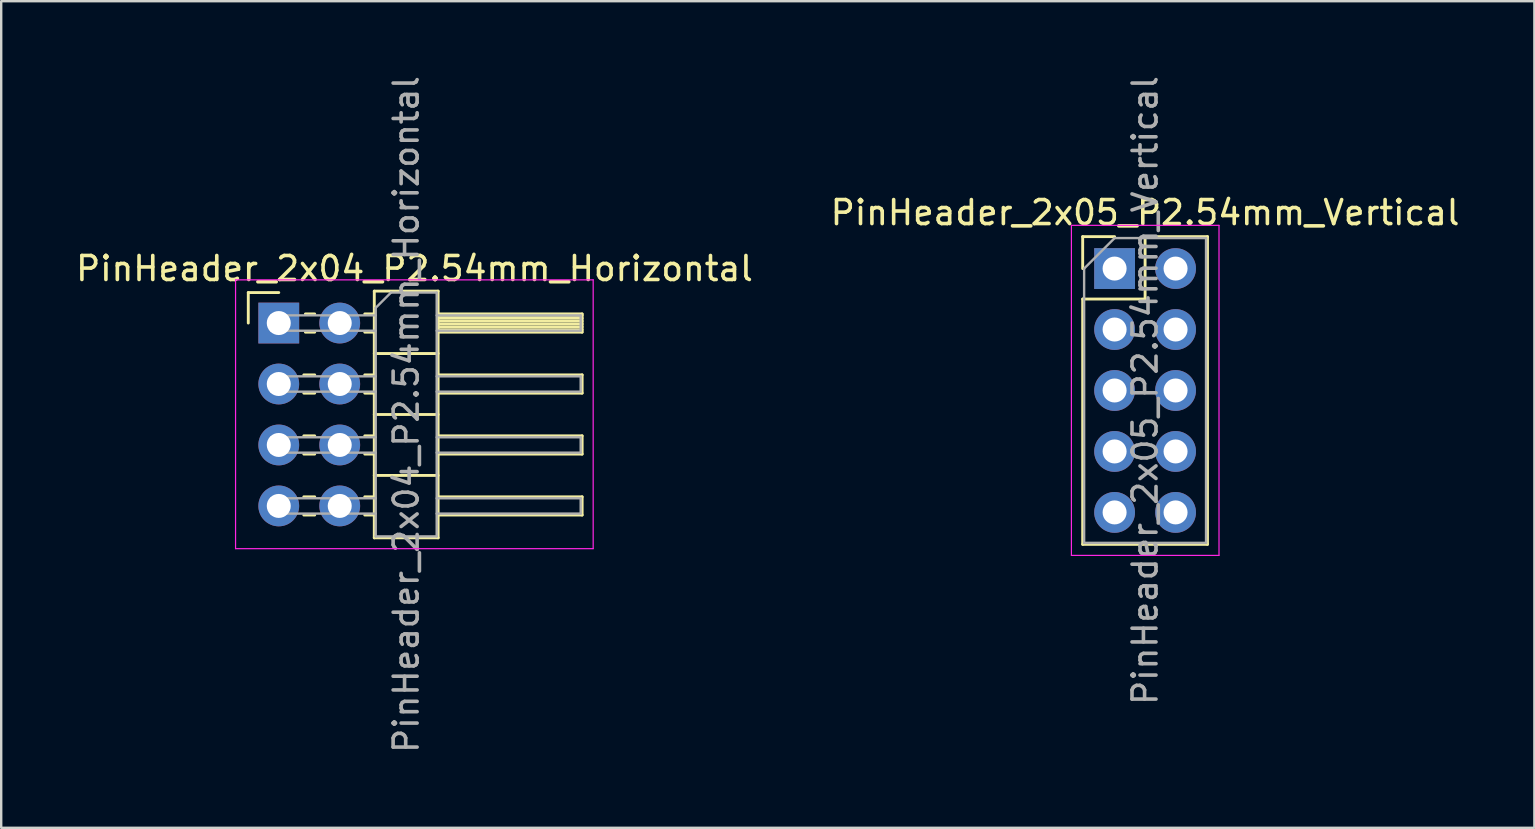
<source format=kicad_pcb>
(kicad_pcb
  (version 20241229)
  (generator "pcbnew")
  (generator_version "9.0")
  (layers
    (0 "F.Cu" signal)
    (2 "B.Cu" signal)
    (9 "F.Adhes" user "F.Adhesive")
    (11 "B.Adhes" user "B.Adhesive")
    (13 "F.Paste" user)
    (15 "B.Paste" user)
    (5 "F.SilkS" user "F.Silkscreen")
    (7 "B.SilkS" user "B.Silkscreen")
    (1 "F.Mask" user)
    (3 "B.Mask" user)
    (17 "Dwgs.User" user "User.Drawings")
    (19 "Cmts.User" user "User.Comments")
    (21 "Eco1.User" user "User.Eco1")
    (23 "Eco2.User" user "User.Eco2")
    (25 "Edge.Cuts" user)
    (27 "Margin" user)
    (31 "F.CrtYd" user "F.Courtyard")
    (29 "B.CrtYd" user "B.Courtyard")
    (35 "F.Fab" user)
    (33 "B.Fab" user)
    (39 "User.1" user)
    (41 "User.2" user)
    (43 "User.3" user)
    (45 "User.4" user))
  (footprint "PinHeader_2x05_P2.54mm_Vertical"
    (layer "F.Cu")
    (at 43.391 8.14)
    (property "Reference" "PinHeader_2x05_P2.54mm_Vertical" (at 1.27 -2.33 0) (layer "F.SilkS") (effects (font (size 1 1) (thickness 0.15))))
    (attr through_hole)
    (fp_line (start -1.33 -1.33) (end 0 -1.33) (stroke (width 0.12) (type solid)) (layer "F.SilkS"))
    (fp_line (start -1.33 0) (end -1.33 -1.33) (stroke (width 0.12) (type solid)) (layer "F.SilkS"))
    (fp_line (start -1.33 1.27) (end -1.33 11.49) (stroke (width 0.12) (type solid)) (layer "F.SilkS"))
    (fp_line (start -1.33 1.27) (end 1.27 1.27) (stroke (width 0.12) (type solid)) (layer "F.SilkS"))
    (fp_line (start -1.33 11.49) (end 3.87 11.49) (stroke (width 0.12) (type solid)) (layer "F.SilkS"))
    (fp_line (start 1.27 -1.33) (end 3.87 -1.33) (stroke (width 0.12) (type solid)) (layer "F.SilkS"))
    (fp_line (start 1.27 1.27) (end 1.27 -1.33) (stroke (width 0.12) (type solid)) (layer "F.SilkS"))
    (fp_line (start 3.87 -1.33) (end 3.87 11.49) (stroke (width 0.12) (type solid)) (layer "F.SilkS"))
    (fp_line (start -1.8 -1.8) (end -1.8 11.95) (stroke (width 0.05) (type solid)) (layer "F.CrtYd"))
    (fp_line (start -1.8 11.95) (end 4.35 11.95) (stroke (width 0.05) (type solid)) (layer "F.CrtYd"))
    (fp_line (start 4.35 -1.8) (end -1.8 -1.8) (stroke (width 0.05) (type solid)) (layer "F.CrtYd"))
    (fp_line (start 4.35 11.95) (end 4.35 -1.8) (stroke (width 0.05) (type solid)) (layer "F.CrtYd"))
    (fp_line (start -1.27 0) (end 0 -1.27) (stroke (width 0.1) (type solid)) (layer "F.Fab"))
    (fp_line (start -1.27 11.43) (end -1.27 0) (stroke (width 0.1) (type solid)) (layer "F.Fab"))
    (fp_line (start 0 -1.27) (end 3.81 -1.27) (stroke (width 0.1) (type solid)) (layer "F.Fab"))
    (fp_line (start 3.81 -1.27) (end 3.81 11.43) (stroke (width 0.1) (type solid)) (layer "F.Fab"))
    (fp_line (start 3.81 11.43) (end -1.27 11.43) (stroke (width 0.1) (type solid)) (layer "F.Fab"))
    (fp_text user "${REFERENCE}" (at 1.27 5.08 90) (layer "F.Fab") (effects (font (size 1 1) (thickness 0.15))))
    (pad "1" thru_hole rect (at 0 0) (size 1.7 1.7) (drill 1) (layers "*.Cu" "*.Mask"))
    (pad "2" thru_hole oval (at 2.54 0) (size 1.7 1.7) (drill 1) (layers "*.Cu" "*.Mask"))
    (pad "3" thru_hole oval (at 0 2.54) (size 1.7 1.7) (drill 1) (layers "*.Cu" "*.Mask"))
    (pad "4" thru_hole oval (at 2.54 2.54) (size 1.7 1.7) (drill 1) (layers "*.Cu" "*.Mask"))
    (pad "5" thru_hole oval (at 0 5.08) (size 1.7 1.7) (drill 1) (layers "*.Cu" "*.Mask"))
    (pad "6" thru_hole oval (at 2.54 5.08) (size 1.7 1.7) (drill 1) (layers "*.Cu" "*.Mask"))
    (pad "7" thru_hole oval (at 0 7.62) (size 1.7 1.7) (drill 1) (layers "*.Cu" "*.Mask"))
    (pad "8" thru_hole oval (at 2.54 7.62) (size 1.7 1.7) (drill 1) (layers "*.Cu" "*.Mask"))
    (pad "9" thru_hole oval (at 0 10.16) (size 1.7 1.7) (drill 1) (layers "*.Cu" "*.Mask"))
    (pad "10" thru_hole oval (at 2.54 10.16) (size 1.7 1.7) (drill 1) (layers "*.Cu" "*.Mask")))
  (footprint "PinHeader_2x04_P2.54mm_Horizontal"
    (layer "F.Cu")
    (at 8.565 10.41)
    (property "Reference" "PinHeader_2x04_P2.54mm_Horizontal" (at 5.655 -2.27 0) (layer "F.SilkS") (effects (font (size 1 1) (thickness 0.15))))
    (attr through_hole)
    (fp_line (start -1.27 -1.27) (end 0 -1.27) (stroke (width 0.12) (type solid)) (layer "F.SilkS"))
    (fp_line (start -1.27 0) (end -1.27 -1.27) (stroke (width 0.12) (type solid)) (layer "F.SilkS"))
    (fp_line (start 1.043 2.16) (end 1.497 2.16) (stroke (width 0.12) (type solid)) (layer "F.SilkS"))
    (fp_line (start 1.043 2.92) (end 1.497 2.92) (stroke (width 0.12) (type solid)) (layer "F.SilkS"))
    (fp_line (start 1.043 4.7) (end 1.497 4.7) (stroke (width 0.12) (type solid)) (layer "F.SilkS"))
    (fp_line (start 1.043 5.46) (end 1.497 5.46) (stroke (width 0.12) (type solid)) (layer "F.SilkS"))
    (fp_line (start 1.043 7.24) (end 1.497 7.24) (stroke (width 0.12) (type solid)) (layer "F.SilkS"))
    (fp_line (start 1.043 8) (end 1.497 8) (stroke (width 0.12) (type solid)) (layer "F.SilkS"))
    (fp_line (start 1.11 -0.38) (end 1.497 -0.38) (stroke (width 0.12) (type solid)) (layer "F.SilkS"))
    (fp_line (start 1.11 0.38) (end 1.497 0.38) (stroke (width 0.12) (type solid)) (layer "F.SilkS"))
    (fp_line (start 3.583 -0.38) (end 3.98 -0.38) (stroke (width 0.12) (type solid)) (layer "F.SilkS"))
    (fp_line (start 3.583 0.38) (end 3.98 0.38) (stroke (width 0.12) (type solid)) (layer "F.SilkS"))
    (fp_line (start 3.583 2.16) (end 3.98 2.16) (stroke (width 0.12) (type solid)) (layer "F.SilkS"))
    (fp_line (start 3.583 2.92) (end 3.98 2.92) (stroke (width 0.12) (type solid)) (layer "F.SilkS"))
    (fp_line (start 3.583 4.7) (end 3.98 4.7) (stroke (width 0.12) (type solid)) (layer "F.SilkS"))
    (fp_line (start 3.583 5.46) (end 3.98 5.46) (stroke (width 0.12) (type solid)) (layer "F.SilkS"))
    (fp_line (start 3.583 7.24) (end 3.98 7.24) (stroke (width 0.12) (type solid)) (layer "F.SilkS"))
    (fp_line (start 3.583 8) (end 3.98 8) (stroke (width 0.12) (type solid)) (layer "F.SilkS"))
    (fp_line (start 3.98 -1.33) (end 3.98 8.95) (stroke (width 0.12) (type solid)) (layer "F.SilkS"))
    (fp_line (start 3.98 1.27) (end 6.64 1.27) (stroke (width 0.12) (type solid)) (layer "F.SilkS"))
    (fp_line (start 3.98 3.81) (end 6.64 3.81) (stroke (width 0.12) (type solid)) (layer "F.SilkS"))
    (fp_line (start 3.98 6.35) (end 6.64 6.35) (stroke (width 0.12) (type solid)) (layer "F.SilkS"))
    (fp_line (start 3.98 8.95) (end 6.64 8.95) (stroke (width 0.12) (type solid)) (layer "F.SilkS"))
    (fp_line (start 6.64 -1.33) (end 3.98 -1.33) (stroke (width 0.12) (type solid)) (layer "F.SilkS"))
    (fp_line (start 6.64 -0.38) (end 12.64 -0.38) (stroke (width 0.12) (type solid)) (layer "F.SilkS"))
    (fp_line (start 6.64 -0.32) (end 12.64 -0.32) (stroke (width 0.12) (type solid)) (layer "F.SilkS"))
    (fp_line (start 6.64 -0.2) (end 12.64 -0.2) (stroke (width 0.12) (type solid)) (layer "F.SilkS"))
    (fp_line (start 6.64 -0.08) (end 12.64 -0.08) (stroke (width 0.12) (type solid)) (layer "F.SilkS"))
    (fp_line (start 6.64 0.04) (end 12.64 0.04) (stroke (width 0.12) (type solid)) (layer "F.SilkS"))
    (fp_line (start 6.64 0.16) (end 12.64 0.16) (stroke (width 0.12) (type solid)) (layer "F.SilkS"))
    (fp_line (start 6.64 0.28) (end 12.64 0.28) (stroke (width 0.12) (type solid)) (layer "F.SilkS"))
    (fp_line (start 6.64 2.16) (end 12.64 2.16) (stroke (width 0.12) (type solid)) (layer "F.SilkS"))
    (fp_line (start 6.64 4.7) (end 12.64 4.7) (stroke (width 0.12) (type solid)) (layer "F.SilkS"))
    (fp_line (start 6.64 7.24) (end 12.64 7.24) (stroke (width 0.12) (type solid)) (layer "F.SilkS"))
    (fp_line (start 6.64 8.95) (end 6.64 -1.33) (stroke (width 0.12) (type solid)) (layer "F.SilkS"))
    (fp_line (start 12.64 -0.38) (end 12.64 0.38) (stroke (width 0.12) (type solid)) (layer "F.SilkS"))
    (fp_line (start 12.64 0.38) (end 6.64 0.38) (stroke (width 0.12) (type solid)) (layer "F.SilkS"))
    (fp_line (start 12.64 2.16) (end 12.64 2.92) (stroke (width 0.12) (type solid)) (layer "F.SilkS"))
    (fp_line (start 12.64 2.92) (end 6.64 2.92) (stroke (width 0.12) (type solid)) (layer "F.SilkS"))
    (fp_line (start 12.64 4.7) (end 12.64 5.46) (stroke (width 0.12) (type solid)) (layer "F.SilkS"))
    (fp_line (start 12.64 5.46) (end 6.64 5.46) (stroke (width 0.12) (type solid)) (layer "F.SilkS"))
    (fp_line (start 12.64 7.24) (end 12.64 8) (stroke (width 0.12) (type solid)) (layer "F.SilkS"))
    (fp_line (start 12.64 8) (end 6.64 8) (stroke (width 0.12) (type solid)) (layer "F.SilkS"))
    (fp_line (start -1.8 -1.8) (end -1.8 9.4) (stroke (width 0.05) (type solid)) (layer "F.CrtYd"))
    (fp_line (start -1.8 9.4) (end 13.1 9.4) (stroke (width 0.05) (type solid)) (layer "F.CrtYd"))
    (fp_line (start 13.1 -1.8) (end -1.8 -1.8) (stroke (width 0.05) (type solid)) (layer "F.CrtYd"))
    (fp_line (start 13.1 9.4) (end 13.1 -1.8) (stroke (width 0.05) (type solid)) (layer "F.CrtYd"))
    (fp_line (start -0.32 -0.32) (end -0.32 0.32) (stroke (width 0.1) (type solid)) (layer "F.Fab"))
    (fp_line (start -0.32 -0.32) (end 4.04 -0.32) (stroke (width 0.1) (type solid)) (layer "F.Fab"))
    (fp_line (start -0.32 0.32) (end 4.04 0.32) (stroke (width 0.1) (type solid)) (layer "F.Fab"))
    (fp_line (start -0.32 2.22) (end -0.32 2.86) (stroke (width 0.1) (type solid)) (layer "F.Fab"))
    (fp_line (start -0.32 2.22) (end 4.04 2.22) (stroke (width 0.1) (type solid)) (layer "F.Fab"))
    (fp_line (start -0.32 2.86) (end 4.04 2.86) (stroke (width 0.1) (type solid)) (layer "F.Fab"))
    (fp_line (start -0.32 4.76) (end -0.32 5.4) (stroke (width 0.1) (type solid)) (layer "F.Fab"))
    (fp_line (start -0.32 4.76) (end 4.04 4.76) (stroke (width 0.1) (type solid)) (layer "F.Fab"))
    (fp_line (start -0.32 5.4) (end 4.04 5.4) (stroke (width 0.1) (type solid)) (layer "F.Fab"))
    (fp_line (start -0.32 7.3) (end -0.32 7.94) (stroke (width 0.1) (type solid)) (layer "F.Fab"))
    (fp_line (start -0.32 7.3) (end 4.04 7.3) (stroke (width 0.1) (type solid)) (layer "F.Fab"))
    (fp_line (start -0.32 7.94) (end 4.04 7.94) (stroke (width 0.1) (type solid)) (layer "F.Fab"))
    (fp_line (start 4.04 -0.635) (end 4.675 -1.27) (stroke (width 0.1) (type solid)) (layer "F.Fab"))
    (fp_line (start 4.04 8.89) (end 4.04 -0.635) (stroke (width 0.1) (type solid)) (layer "F.Fab"))
    (fp_line (start 4.675 -1.27) (end 6.58 -1.27) (stroke (width 0.1) (type solid)) (layer "F.Fab"))
    (fp_line (start 6.58 -1.27) (end 6.58 8.89) (stroke (width 0.1) (type solid)) (layer "F.Fab"))
    (fp_line (start 6.58 -0.32) (end 12.58 -0.32) (stroke (width 0.1) (type solid)) (layer "F.Fab"))
    (fp_line (start 6.58 0.32) (end 12.58 0.32) (stroke (width 0.1) (type solid)) (layer "F.Fab"))
    (fp_line (start 6.58 2.22) (end 12.58 2.22) (stroke (width 0.1) (type solid)) (layer "F.Fab"))
    (fp_line (start 6.58 2.86) (end 12.58 2.86) (stroke (width 0.1) (type solid)) (layer "F.Fab"))
    (fp_line (start 6.58 4.76) (end 12.58 4.76) (stroke (width 0.1) (type solid)) (layer "F.Fab"))
    (fp_line (start 6.58 5.4) (end 12.58 5.4) (stroke (width 0.1) (type solid)) (layer "F.Fab"))
    (fp_line (start 6.58 7.3) (end 12.58 7.3) (stroke (width 0.1) (type solid)) (layer "F.Fab"))
    (fp_line (start 6.58 7.94) (end 12.58 7.94) (stroke (width 0.1) (type solid)) (layer "F.Fab"))
    (fp_line (start 6.58 8.89) (end 4.04 8.89) (stroke (width 0.1) (type solid)) (layer "F.Fab"))
    (fp_line (start 12.58 -0.32) (end 12.58 0.32) (stroke (width 0.1) (type solid)) (layer "F.Fab"))
    (fp_line (start 12.58 2.22) (end 12.58 2.86) (stroke (width 0.1) (type solid)) (layer "F.Fab"))
    (fp_line (start 12.58 4.76) (end 12.58 5.4) (stroke (width 0.1) (type solid)) (layer "F.Fab"))
    (fp_line (start 12.58 7.3) (end 12.58 7.94) (stroke (width 0.1) (type solid)) (layer "F.Fab"))
    (fp_text user "${REFERENCE}" (at 5.31 3.81 90) (layer "F.Fab") (effects (font (size 1 1) (thickness 0.15))))
    (pad "1" thru_hole rect (at 0 0) (size 1.7 1.7) (drill 1) (layers "*.Cu" "*.Mask"))
    (pad "2" thru_hole oval (at 2.54 0) (size 1.7 1.7) (drill 1) (layers "*.Cu" "*.Mask"))
    (pad "3" thru_hole oval (at 0 2.54) (size 1.7 1.7) (drill 1) (layers "*.Cu" "*.Mask"))
    (pad "4" thru_hole oval (at 2.54 2.54) (size 1.7 1.7) (drill 1) (layers "*.Cu" "*.Mask"))
    (pad "5" thru_hole oval (at 0 5.08) (size 1.7 1.7) (drill 1) (layers "*.Cu" "*.Mask"))
    (pad "6" thru_hole oval (at 2.54 5.08) (size 1.7 1.7) (drill 1) (layers "*.Cu" "*.Mask"))
    (pad "7" thru_hole oval (at 0 7.62) (size 1.7 1.7) (drill 1) (layers "*.Cu" "*.Mask"))
    (pad "8" thru_hole oval (at 2.54 7.62) (size 1.7 1.7) (drill 1) (layers "*.Cu" "*.Mask")))
  (gr_rect
    (start -3 -3)
    (end 60.881 31.44)
    (stroke (width 0.1) (type default))
    (fill no)
    (layer "Edge.Cuts")))
</source>
